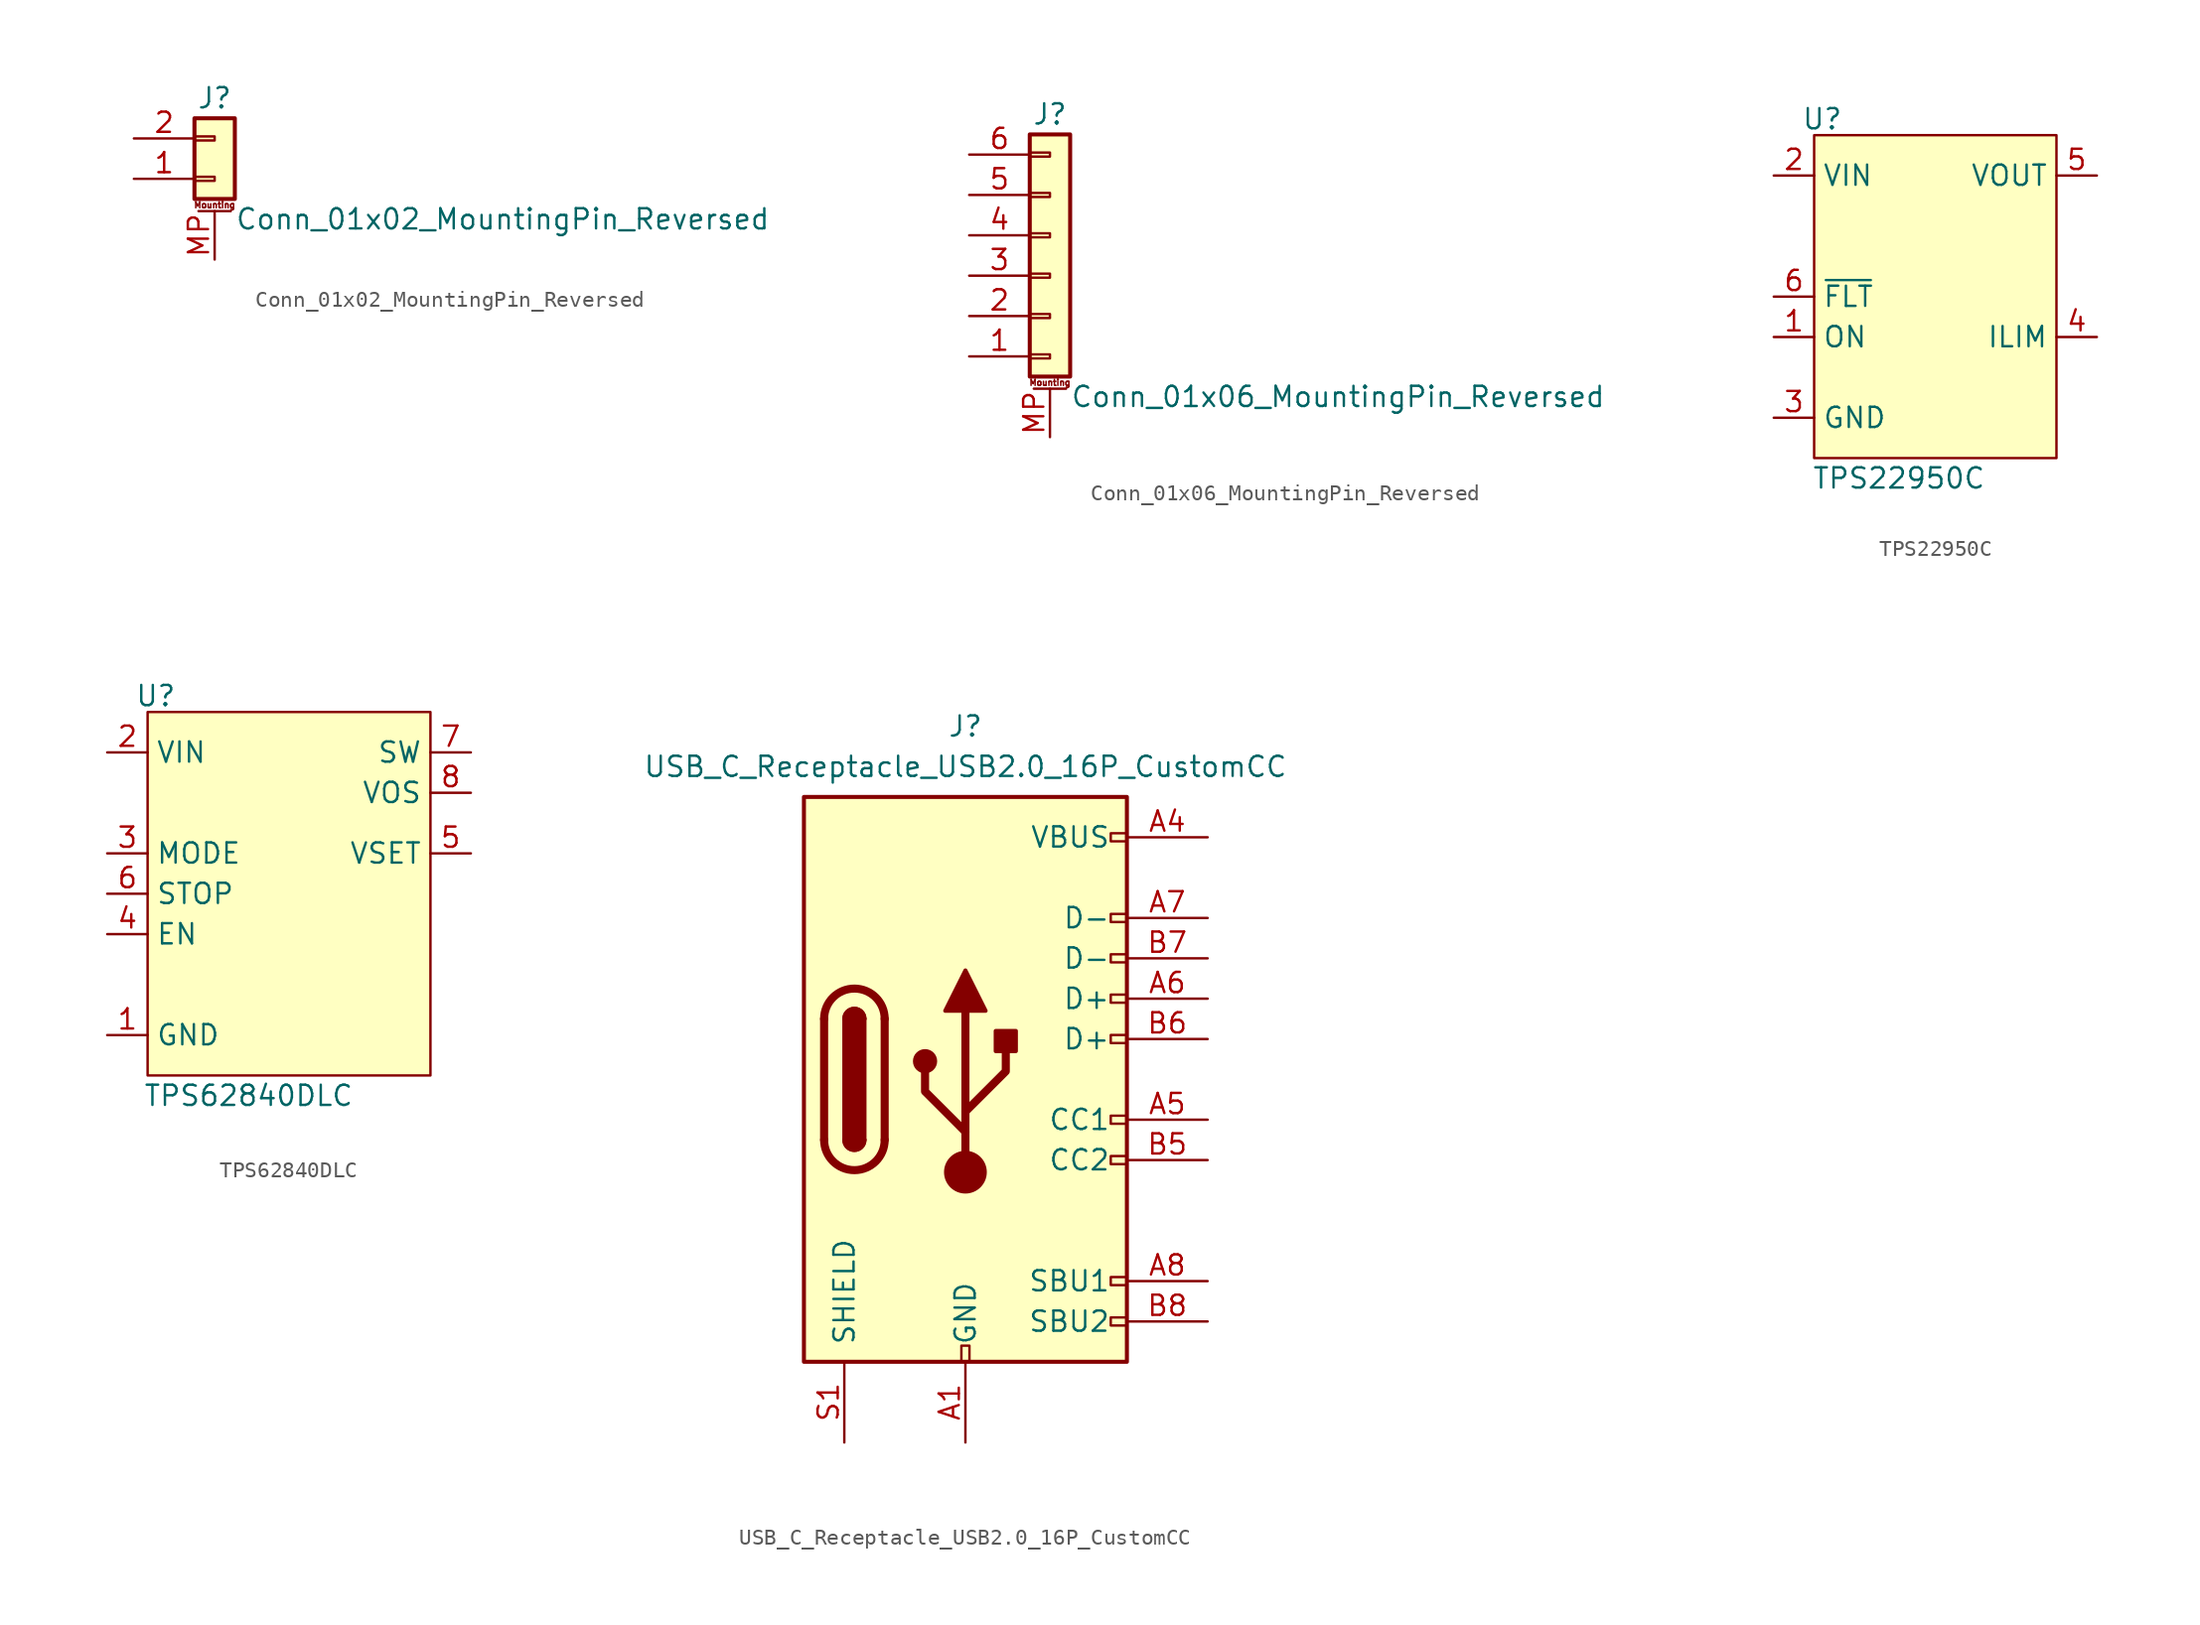
<source format=kicad_sym>
(kicad_symbol_lib
  (version 20241209)
  (generator "kicad_symbol_editor")
  (generator_version "9.0")
  (symbol "Conn_01x02_MountingPin_Reversed"
    (pin_names
      (offset 1.016)
      (hide yes))
    (property "Reference" "J"
      (at 0 2.54 0)
      (effects (font (size 1.27 1.27))))
    (property "Value" "Conn_01x02_MountingPin_Reversed"
      (at 1.27 -5.08 0)
      (effects (font (size 1.27 1.27)) (justify left)))
    (symbol "Conn_01x02_MountingPin_Reversed_1_1"
      (rectangle (start -1.27 1.27) (end 1.27 -3.81) (stroke (width 0.254) (type default)) (fill (type background)))
      (rectangle (start -1.27 0.127) (end 0 -0.127) (stroke (width 0.152) (type default)) (fill (type none)))
      (rectangle (start -1.27 -2.413) (end 0 -2.667) (stroke (width 0.152) (type default)) (fill (type none)))
      (polyline (pts (xy -1.016 -4.572) (xy 1.016 -4.572)) (stroke (width 0.152) (type default)) (fill (type none)))
      (text "Mounting" (at 0 -4.191 0) (effects (font (size 0.381 0.381))))
      (pin passive line (at -5.08 0 0) (length 3.81) (name "Pin_1" (effects (font (size 1.27 1.27)))) (number "2" (effects (font (size 1.27 1.27)))))
      (pin passive line (at -5.08 -2.54 0) (length 3.81) (name "Pin_2" (effects (font (size 1.27 1.27)))) (number "1" (effects (font (size 1.27 1.27)))))
      (pin passive line (at 0 -7.62 90) (length 3.048) (name "MountPin" (effects (font (size 1.27 1.27)))) (number "MP" (effects (font (size 1.27 1.27)))))))
  (symbol "Conn_01x06_MountingPin_Reversed"
    (pin_names
      (offset 1.016)
      (hide yes))
    (property "Reference" "J"
      (at 0 7.62 0)
      (effects (font (size 1.27 1.27))))
    (property "Value" "Conn_01x06_MountingPin_Reversed"
      (at 1.27 -10.16 0)
      (effects (font (size 1.27 1.27)) (justify left)))
    (symbol "Conn_01x06_MountingPin_Reversed_1_1"
      (rectangle (start -1.27 6.35) (end 1.27 -8.89) (stroke (width 0.254) (type default)) (fill (type background)))
      (rectangle (start -1.27 5.207) (end 0 4.953) (stroke (width 0.152) (type default)) (fill (type none)))
      (rectangle (start -1.27 2.667) (end 0 2.413) (stroke (width 0.152) (type default)) (fill (type none)))
      (rectangle (start -1.27 0.127) (end 0 -0.127) (stroke (width 0.152) (type default)) (fill (type none)))
      (rectangle (start -1.27 -2.413) (end 0 -2.667) (stroke (width 0.152) (type default)) (fill (type none)))
      (rectangle (start -1.27 -4.953) (end 0 -5.207) (stroke (width 0.152) (type default)) (fill (type none)))
      (rectangle (start -1.27 -7.493) (end 0 -7.747) (stroke (width 0.152) (type default)) (fill (type none)))
      (polyline (pts (xy -1.016 -9.652) (xy 1.016 -9.652)) (stroke (width 0.152) (type default)) (fill (type none)))
      (text "Mounting" (at 0 -9.271 0) (effects (font (size 0.381 0.381))))
      (pin passive line (at -5.08 5.08 0) (length 3.81) (name "Pin_1" (effects (font (size 1.27 1.27)))) (number "6" (effects (font (size 1.27 1.27)))))
      (pin passive line (at -5.08 2.54 0) (length 3.81) (name "Pin_2" (effects (font (size 1.27 1.27)))) (number "5" (effects (font (size 1.27 1.27)))))
      (pin passive line (at -5.08 0 0) (length 3.81) (name "Pin_3" (effects (font (size 1.27 1.27)))) (number "4" (effects (font (size 1.27 1.27)))))
      (pin passive line (at -5.08 -2.54 0) (length 3.81) (name "Pin_4" (effects (font (size 1.27 1.27)))) (number "3" (effects (font (size 1.27 1.27)))))
      (pin passive line (at -5.08 -5.08 0) (length 3.81) (name "Pin_5" (effects (font (size 1.27 1.27)))) (number "2" (effects (font (size 1.27 1.27)))))
      (pin passive line (at -5.08 -7.62 0) (length 3.81) (name "Pin_6" (effects (font (size 1.27 1.27)))) (number "1" (effects (font (size 1.27 1.27)))))
      (pin passive line (at 0 -12.7 90) (length 3.048) (name "MountPin" (effects (font (size 1.27 1.27)))) (number "MP" (effects (font (size 1.27 1.27)))))))
  (symbol "TPS22950C"
    (property "Reference" "U"
      (at -7.112 11.176 0)
      (effects (font (size 1.27 1.27))))
    (property "Value" "TPS22950C"
      (at -2.286 -11.43 0)
      (effects (font (size 1.27 1.27))))
    (symbol "TPS22950C_0_0"
      (pin power_in line (at -10.16 7.62 0) (length 2.54) (name "VIN" (effects (font (size 1.27 1.27)))) (number "2" (effects (font (size 1.27 1.27)))))
      (pin open_collector line (at -10.16 0 0) (length 2.54) (name "~{FLT}" (effects (font (size 1.27 1.27)))) (number "6" (effects (font (size 1.27 1.27)))))
      (pin input line (at -10.16 -2.54 0) (length 2.54) (name "ON" (effects (font (size 1.27 1.27)))) (number "1" (effects (font (size 1.27 1.27)))))
      (pin power_in line (at -10.16 -7.62 0) (length 2.54) (name "GND" (effects (font (size 1.27 1.27)))) (number "3" (effects (font (size 1.27 1.27)))))
      (pin power_out line (at 10.16 7.62 180) (length 2.54) (name "VOUT" (effects (font (size 1.27 1.27)))) (number "5" (effects (font (size 1.27 1.27)))))
      (pin passive line (at 10.16 -2.54 180) (length 2.54) (name "ILIM" (effects (font (size 1.27 1.27)))) (number "4" (effects (font (size 1.27 1.27))))))
    (symbol "TPS22950C_1_1"
      (rectangle (start -7.62 10.16) (end 7.62 -10.16) (stroke (width 0) (type solid)) (fill (type background)))))
  (symbol "TPS62840DLC"
    (property "Reference" "U"
      (at -8.382 12.446 0)
      (effects (font (size 1.27 1.27))))
    (property "Value" "TPS62840DLC"
      (at -2.54 -12.7 0)
      (effects (font (size 1.27 1.27))))
    (symbol "TPS62840DLC_0_0"
      (pin power_in line (at -11.43 8.89 0) (length 2.54) (name "VIN" (effects (font (size 1.27 1.27)))) (number "2" (effects (font (size 1.27 1.27)))))
      (pin input line (at -11.43 2.54 0) (length 2.54) (name "MODE" (effects (font (size 1.27 1.27)))) (number "3" (effects (font (size 1.27 1.27)))))
      (pin input line (at -11.43 0 0) (length 2.54) (name "STOP" (effects (font (size 1.27 1.27)))) (number "6" (effects (font (size 1.27 1.27)))))
      (pin input line (at -11.43 -2.54 0) (length 2.54) (name "EN" (effects (font (size 1.27 1.27)))) (number "4" (effects (font (size 1.27 1.27)))))
      (pin power_in line (at -11.43 -8.89 0) (length 2.54) (name "GND" (effects (font (size 1.27 1.27)))) (number "1" (effects (font (size 1.27 1.27)))))
      (pin power_out line (at 11.43 8.89 180) (length 2.54) (name "SW" (effects (font (size 1.27 1.27)))) (number "7" (effects (font (size 1.27 1.27)))))
      (pin input line (at 11.43 6.35 180) (length 2.54) (name "VOS" (effects (font (size 1.27 1.27)))) (number "8" (effects (font (size 1.27 1.27)))))
      (pin input line (at 11.43 2.54 180) (length 2.54) (name "VSET" (effects (font (size 1.27 1.27)))) (number "5" (effects (font (size 1.27 1.27))))))
    (symbol "TPS62840DLC_1_1"
      (rectangle (start -8.89 11.43) (end 8.89 -11.43) (stroke (width 0) (type solid)) (fill (type background)))))
  (symbol "USB_C_Receptacle_USB2.0_16P_CustomCC"
    (pin_names
      (offset 1.016))
    (property "Reference" "J"
      (at 0 22.225 0)
      (effects (font (size 1.27 1.27))))
    (property "Value" "USB_C_Receptacle_USB2.0_16P_CustomCC"
      (at 0 19.685 0)
      (effects (font (size 1.27 1.27))))
    (symbol "USB_C_Receptacle_USB2.0_16P_CustomCC_0_0"
      (rectangle (start -0.254 -17.78) (end 0.254 -16.764) (stroke (width 0) (type default)) (fill (type none)))
      (rectangle (start 10.16 15.494) (end 9.144 14.986) (stroke (width 0) (type default)) (fill (type none)))
      (rectangle (start 10.16 10.414) (end 9.144 9.906) (stroke (width 0) (type default)) (fill (type none)))
      (rectangle (start 10.16 7.874) (end 9.144 7.366) (stroke (width 0) (type default)) (fill (type none)))
      (rectangle (start 10.16 5.334) (end 9.144 4.826) (stroke (width 0) (type default)) (fill (type none)))
      (rectangle (start 10.16 2.794) (end 9.144 2.286) (stroke (width 0) (type default)) (fill (type none)))
      (rectangle (start 10.16 -2.286) (end 9.144 -2.794) (stroke (width 0) (type default)) (fill (type none)))
      (rectangle (start 10.16 -4.826) (end 9.144 -5.334) (stroke (width 0) (type default)) (fill (type none)))
      (rectangle (start 10.16 -12.446) (end 9.144 -12.954) (stroke (width 0) (type default)) (fill (type none)))
      (rectangle (start 10.16 -14.986) (end 9.144 -15.494) (stroke (width 0) (type default)) (fill (type none))))
    (symbol "USB_C_Receptacle_USB2.0_16P_CustomCC_0_1"
      (rectangle (start -10.16 17.78) (end 10.16 -17.78) (stroke (width 0.254) (type default)) (fill (type background)))
      (polyline (pts (xy -8.89 -3.81) (xy -8.89 3.81)) (stroke (width 0.508) (type default)) (fill (type none)))
      (rectangle (start -7.62 -3.81) (end -6.35 3.81) (stroke (width 0.254) (type default)) (fill (type outline)))
      (arc (start -7.62 3.81) (mid -6.985 4.4423) (end -6.35 3.81) (stroke (width 0.254) (type default)) (fill (type none)))
      (arc (start -7.62 3.81) (mid -6.985 4.4423) (end -6.35 3.81) (stroke (width 0.254) (type default)) (fill (type outline)))
      (arc (start -8.89 3.81) (mid -6.985 5.7067) (end -5.08 3.81) (stroke (width 0.508) (type default)) (fill (type none)))
      (arc (start -5.08 -3.81) (mid -6.985 -5.7067) (end -8.89 -3.81) (stroke (width 0.508) (type default)) (fill (type none)))
      (arc (start -6.35 -3.81) (mid -6.985 -4.4423) (end -7.62 -3.81) (stroke (width 0.254) (type default)) (fill (type none)))
      (arc (start -6.35 -3.81) (mid -6.985 -4.4423) (end -7.62 -3.81) (stroke (width 0.254) (type default)) (fill (type outline)))
      (polyline (pts (xy -5.08 3.81) (xy -5.08 -3.81)) (stroke (width 0.508) (type default)) (fill (type none)))
      (circle (center -2.54 1.143) (radius 0.635) (stroke (width 0.254) (type default)) (fill (type outline)))
      (polyline (pts (xy -1.27 4.318) (xy 0 6.858) (xy 1.27 4.318) (xy -1.27 4.318)) (stroke (width 0.254) (type default)) (fill (type outline)))
      (polyline (pts (xy 0 -2.032) (xy 2.54 0.508) (xy 2.54 1.778)) (stroke (width 0.508) (type default)) (fill (type none)))
      (polyline (pts (xy 0 -3.302) (xy -2.54 -0.762) (xy -2.54 0.508)) (stroke (width 0.508) (type default)) (fill (type none)))
      (polyline (pts (xy 0 -5.842) (xy 0 4.318)) (stroke (width 0.508) (type default)) (fill (type none)))
      (circle (center 0 -5.842) (radius 1.27) (stroke (width 0) (type default)) (fill (type outline)))
      (rectangle (start 1.905 1.778) (end 3.175 3.048) (stroke (width 0.254) (type default)) (fill (type outline))))
    (symbol "USB_C_Receptacle_USB2.0_16P_CustomCC_1_1"
      (pin passive line (at -7.62 -22.86 90) (length 5.08) (name "SHIELD" (effects (font (size 1.27 1.27)))) (number "S1" (effects (font (size 1.27 1.27)))))
      (pin passive line (at 0 -22.86 90) (length 5.08) (name "GND" (effects (font (size 1.27 1.27)))) (number "A1" (effects (font (size 1.27 1.27)))))
      (pin passive line (at 0 -22.86 90) (length 5.08) (hide yes) (name "GND" (effects (font (size 1.27 1.27)))) (number "A12" (effects (font (size 1.27 1.27)))))
      (pin passive line (at 0 -22.86 90) (length 5.08) (hide yes) (name "GND" (effects (font (size 1.27 1.27)))) (number "B1" (effects (font (size 1.27 1.27)))))
      (pin passive line (at 0 -22.86 90) (length 5.08) (hide yes) (name "GND" (effects (font (size 1.27 1.27)))) (number "B12" (effects (font (size 1.27 1.27)))))
      (pin passive line (at 15.24 15.24 180) (length 5.08) (name "VBUS" (effects (font (size 1.27 1.27)))) (number "A4" (effects (font (size 1.27 1.27)))))
      (pin passive line (at 15.24 15.24 180) (length 5.08) (hide yes) (name "VBUS" (effects (font (size 1.27 1.27)))) (number "A9" (effects (font (size 1.27 1.27)))))
      (pin passive line (at 15.24 15.24 180) (length 5.08) (hide yes) (name "VBUS" (effects (font (size 1.27 1.27)))) (number "B4" (effects (font (size 1.27 1.27)))))
      (pin passive line (at 15.24 15.24 180) (length 5.08) (hide yes) (name "VBUS" (effects (font (size 1.27 1.27)))) (number "B9" (effects (font (size 1.27 1.27)))))
      (pin bidirectional line (at 15.24 10.16 180) (length 5.08) (name "D-" (effects (font (size 1.27 1.27)))) (number "A7" (effects (font (size 1.27 1.27)))))
      (pin bidirectional line (at 15.24 7.62 180) (length 5.08) (name "D-" (effects (font (size 1.27 1.27)))) (number "B7" (effects (font (size 1.27 1.27)))))
      (pin bidirectional line (at 15.24 5.08 180) (length 5.08) (name "D+" (effects (font (size 1.27 1.27)))) (number "A6" (effects (font (size 1.27 1.27)))))
      (pin bidirectional line (at 15.24 2.54 180) (length 5.08) (name "D+" (effects (font (size 1.27 1.27)))) (number "B6" (effects (font (size 1.27 1.27)))))
      (pin bidirectional line (at 15.24 -2.54 180) (length 5.08) (name "CC1" (effects (font (size 1.27 1.27)))) (number "A5" (effects (font (size 1.27 1.27)))))
      (pin bidirectional line (at 15.24 -5.08 180) (length 5.08) (name "CC2" (effects (font (size 1.27 1.27)))) (number "B5" (effects (font (size 1.27 1.27)))))
      (pin bidirectional line (at 15.24 -12.7 180) (length 5.08) (name "SBU1" (effects (font (size 1.27 1.27)))) (number "A8" (effects (font (size 1.27 1.27)))))
      (pin bidirectional line (at 15.24 -15.24 180) (length 5.08) (name "SBU2" (effects (font (size 1.27 1.27)))) (number "B8" (effects (font (size 1.27 1.27))))))))
</source>
